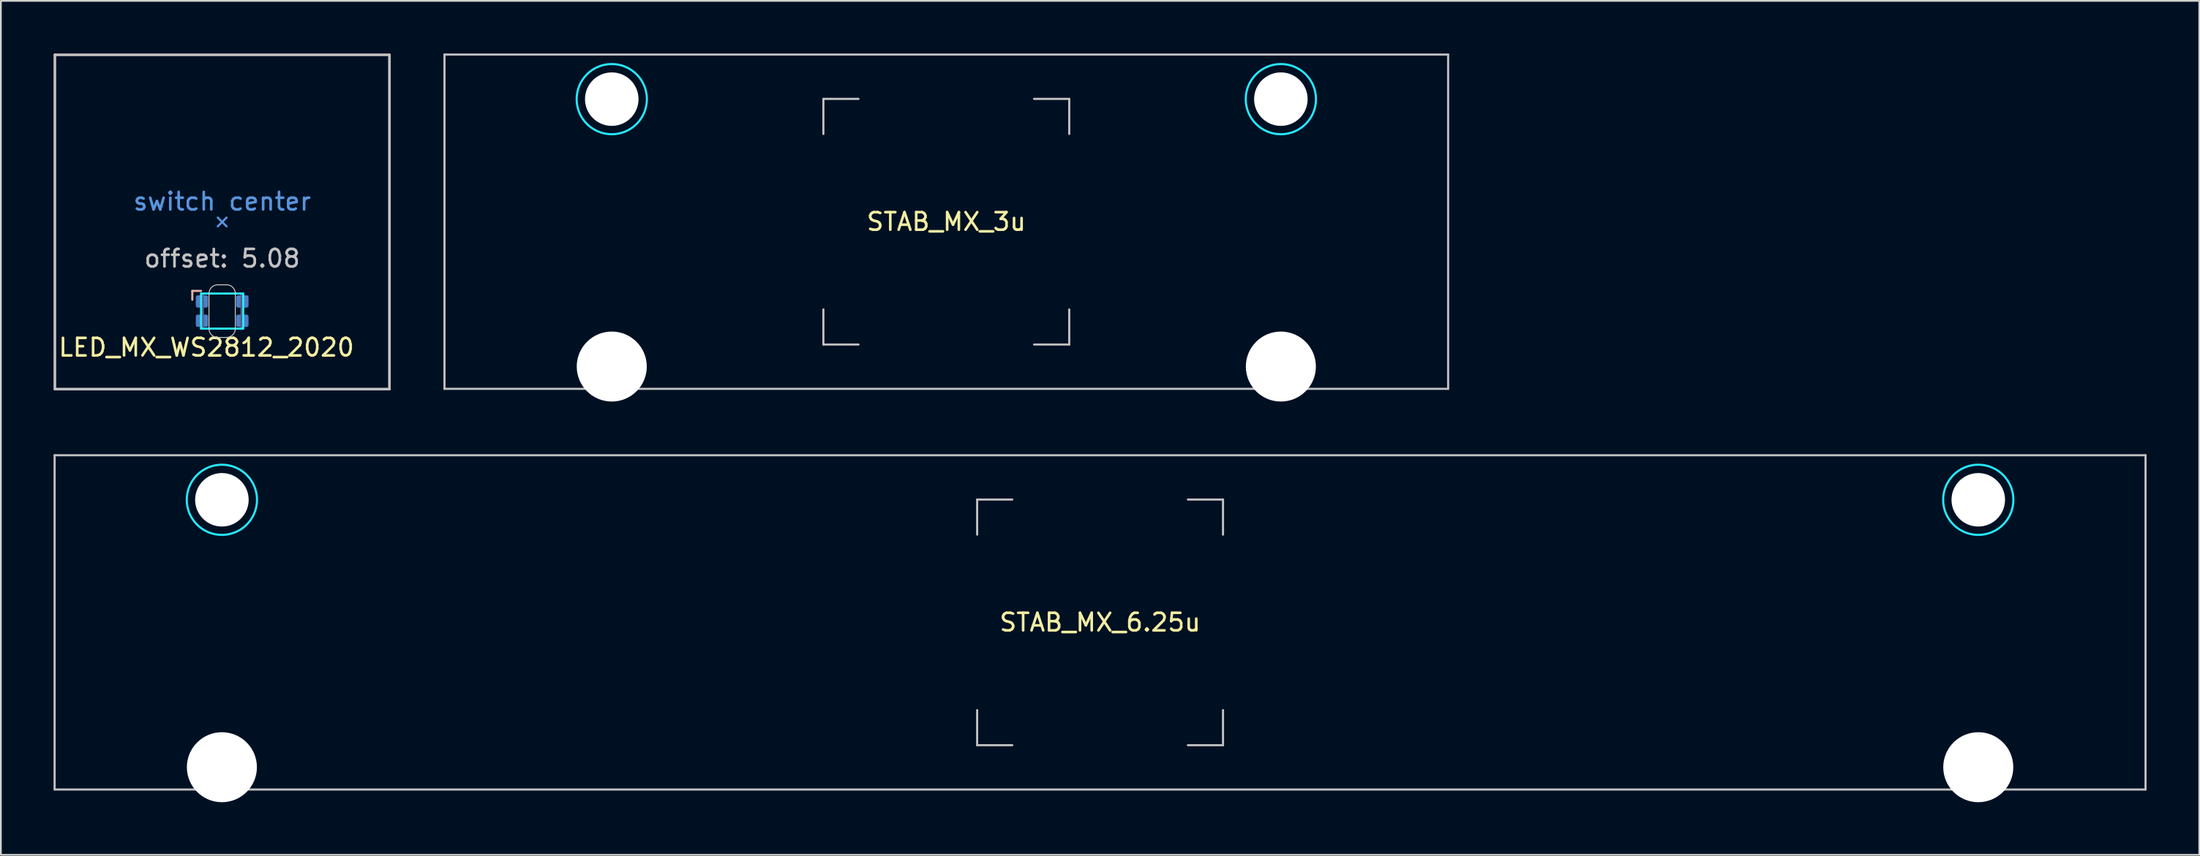
<source format=kicad_pcb>
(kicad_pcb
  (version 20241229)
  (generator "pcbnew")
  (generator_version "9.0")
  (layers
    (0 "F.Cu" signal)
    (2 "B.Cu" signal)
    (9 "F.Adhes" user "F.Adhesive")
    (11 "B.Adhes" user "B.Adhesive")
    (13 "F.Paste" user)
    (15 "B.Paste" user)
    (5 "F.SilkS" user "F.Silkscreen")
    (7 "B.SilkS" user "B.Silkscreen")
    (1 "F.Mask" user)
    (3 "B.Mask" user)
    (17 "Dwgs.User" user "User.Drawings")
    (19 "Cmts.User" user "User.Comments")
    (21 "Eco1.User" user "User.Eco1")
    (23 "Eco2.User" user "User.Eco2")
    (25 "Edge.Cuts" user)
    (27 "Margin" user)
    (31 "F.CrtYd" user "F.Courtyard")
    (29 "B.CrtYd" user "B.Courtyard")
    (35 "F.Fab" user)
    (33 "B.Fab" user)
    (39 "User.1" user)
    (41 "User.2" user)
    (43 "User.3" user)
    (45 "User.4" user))
  (footprint "STAB_MX_6.25u"
    (layer "F.Cu")
    (at 59.591 32.419)
    (property "Reference" "STAB_MX_6.25u" (at 0 0 0) (layer "F.SilkS") (effects (font (size 1 1) (thickness 0.15))))
    (attr through_hole exclude_from_pos_files exclude_from_bom)
    (fp_line (start -59.531 -9.525) (end -59.531 9.525) (stroke (width 0.12) (type solid)) (layer "Dwgs.User"))
    (fp_line (start -59.531 -9.525) (end 59.531 -9.525) (stroke (width 0.12) (type solid)) (layer "Dwgs.User"))
    (fp_line (start -59.531 9.525) (end 59.531 9.525) (stroke (width 0.12) (type solid)) (layer "Dwgs.User"))
    (fp_line (start -7 -7) (end -5 -7) (stroke (width 0.12) (type solid)) (layer "Dwgs.User"))
    (fp_line (start -7 -5) (end -7 -7) (stroke (width 0.12) (type solid)) (layer "Dwgs.User"))
    (fp_line (start -7 7) (end -7 5) (stroke (width 0.12) (type solid)) (layer "Dwgs.User"))
    (fp_line (start -5 7) (end -7 7) (stroke (width 0.12) (type solid)) (layer "Dwgs.User"))
    (fp_line (start 5 -7) (end 7 -7) (stroke (width 0.12) (type solid)) (layer "Dwgs.User"))
    (fp_line (start 5 7) (end 7 7) (stroke (width 0.12) (type solid)) (layer "Dwgs.User"))
    (fp_line (start 7 -7) (end 7 -5) (stroke (width 0.12) (type solid)) (layer "Dwgs.User"))
    (fp_line (start 7 7) (end 7 5) (stroke (width 0.12) (type solid)) (layer "Dwgs.User"))
    (fp_line (start 59.531 -9.525) (end 59.531 9.525) (stroke (width 0.12) (type solid)) (layer "Dwgs.User"))
    (fp_line (start -53.381 -5.5) (end -53.381 7.5) (stroke (width 0.05) (type solid)) (layer "Eco2.User"))
    (fp_line (start -52.881 -6) (end -47.131 -6) (stroke (width 0.05) (type solid)) (layer "Eco2.User"))
    (fp_line (start -52.881 8) (end -47.131 8) (stroke (width 0.05) (type solid)) (layer "Eco2.User"))
    (fp_line (start -46.631 -5.5) (end -46.631 7.5) (stroke (width 0.05) (type solid)) (layer "Eco2.User"))
    (fp_line (start 46.631 -5.5) (end 46.631 7.5) (stroke (width 0.05) (type solid)) (layer "Eco2.User"))
    (fp_line (start 47.131 -6) (end 52.88 -6) (stroke (width 0.05) (type solid)) (layer "Eco2.User"))
    (fp_line (start 47.131 8) (end 52.881 8) (stroke (width 0.05) (type solid)) (layer "Eco2.User"))
    (fp_line (start 53.38 -5.5) (end 53.381 7.5) (stroke (width 0.05) (type solid)) (layer "Eco2.User"))
    (fp_arc (start -53.38125 -5.499999) (mid -53.234803 -5.853552) (end -52.88125 -5.999999) (stroke (width 0.05) (type solid)) (layer "Eco2.User"))
    (fp_arc (start -52.88125 8.000001) (mid -53.234803 7.853554) (end -53.38125 7.500001) (stroke (width 0.05) (type solid)) (layer "Eco2.User"))
    (fp_arc (start -47.13125 -5.999999) (mid -46.777697 -5.853552) (end -46.63125 -5.499999) (stroke (width 0.05) (type solid)) (layer "Eco2.User"))
    (fp_arc (start -46.63125 7.500001) (mid -46.777697 7.853554) (end -47.13125 8.000001) (stroke (width 0.05) (type solid)) (layer "Eco2.User"))
    (fp_arc (start 46.63125 -5.499999) (mid 46.777697 -5.853552) (end 47.13125 -5.999999) (stroke (width 0.05) (type solid)) (layer "Eco2.User"))
    (fp_arc (start 47.13125 8.000001) (mid 46.777697 7.853554) (end 46.63125 7.500001) (stroke (width 0.05) (type solid)) (layer "Eco2.User"))
    (fp_arc (start 52.880039 -5.999999) (mid 53.233592 -5.853552) (end 53.380039 -5.499999) (stroke (width 0.05) (type solid)) (layer "Eco2.User"))
    (fp_arc (start 53.38125 7.500001) (mid 53.234803 7.853554) (end 52.88125 8.000001) (stroke (width 0.05) (type solid)) (layer "Eco2.User"))
    (fp_circle (center -50.006 -6.985) (end -48.006 -6.985) (stroke (width 0.12) (type solid)) (fill no) (layer "B.CrtYd"))
    (fp_circle (center 50.006 -6.985) (end 52.006 -6.985) (stroke (width 0.12) (type solid)) (fill no) (layer "B.CrtYd"))
    (pad "" np_thru_hole circle (at -50.006 -6.985) (size 3.048 3.048) (drill 3.048) (layers "*.Cu" "*.Mask"))
    (pad "" np_thru_hole circle (at -50.006 8.255) (size 3.988 3.988) (drill 3.988) (layers "*.Cu" "*.Mask"))
    (pad "" np_thru_hole circle (at 50.006 -6.985) (size 3.048 3.048) (drill 3.048) (layers "*.Cu" "*.Mask"))
    (pad "" np_thru_hole circle (at 50.006 8.255) (size 3.988 3.988) (drill 3.988) (layers "*.Cu" "*.Mask")))
  (footprint "LED_MX_WS2812_2020"
    (layer "F.Cu")
    (at 9.6 14.68)
    (property "Reference" "LED_MX_WS2812_2020" (at -9.4 2.07 0) (layer "F.SilkS") (effects (font (size 1 1) (thickness 0.15)) (justify left)))
    (attr smd)
    (fp_line (start -1.7 -1.15) (end -1.2 -1.15) (stroke (width 0.12) (type solid)) (layer "B.SilkS"))
    (fp_line (start -1.7 -0.65) (end -1.7 -1.15) (stroke (width 0.12) (type solid)) (layer "B.SilkS"))
    (fp_line (start -9.525 -14.605) (end 9.525 -14.605) (stroke (width 0.15) (type solid)) (layer "Dwgs.User"))
    (fp_line (start -9.525 4.445) (end -9.525 -14.605) (stroke (width 0.15) (type solid)) (layer "Dwgs.User"))
    (fp_line (start 9.525 -14.605) (end 9.525 4.445) (stroke (width 0.15) (type solid)) (layer "Dwgs.User"))
    (fp_line (start 9.525 4.445) (end -9.525 4.445) (stroke (width 0.15) (type solid)) (layer "Dwgs.User"))
    (fp_line (start -0.25 -4.83) (end 0 -5.08) (stroke (width 0.12) (type solid)) (layer "Cmts.User"))
    (fp_line (start 0 -5.08) (end -0.25 -5.33) (stroke (width 0.12) (type solid)) (layer "Cmts.User"))
    (fp_line (start 0 -5.08) (end 0.25 -5.33) (stroke (width 0.12) (type solid)) (layer "Cmts.User"))
    (fp_line (start 0.25 -4.83) (end 0 -5.08) (stroke (width 0.12) (type solid)) (layer "Cmts.User"))
    (fp_line (start -0.75 -1) (end -0.75 1) (stroke (width 0.05) (type solid)) (layer "Edge.Cuts"))
    (fp_line (start -0.25 -1.5) (end 0.25 -1.5) (stroke (width 0.05) (type solid)) (layer "Edge.Cuts"))
    (fp_line (start 0.25 1.5) (end -0.25 1.5) (stroke (width 0.05) (type solid)) (layer "Edge.Cuts"))
    (fp_line (start 0.75 1) (end 0.75 -1) (stroke (width 0.05) (type solid)) (layer "Edge.Cuts"))
    (fp_arc (start -0.75 -1) (mid -0.603554 -1.353553) (end -0.250001 -1.499999) (stroke (width 0.05) (type solid)) (layer "Edge.Cuts"))
    (fp_arc (start -0.250001 1.500001) (mid -0.603554 1.353554) (end -0.75 1) (stroke (width 0.05) (type solid)) (layer "Edge.Cuts"))
    (fp_arc (start 0.250001 -1.500001) (mid 0.603554 -1.353554) (end 0.75 -1) (stroke (width 0.05) (type solid)) (layer "Edge.Cuts"))
    (fp_arc (start 0.75 1) (mid 0.603554 1.353553) (end 0.250001 1.499999) (stroke (width 0.05) (type solid)) (layer "Edge.Cuts"))
    (fp_line (start -1.2 -1) (end 1.2 -1) (stroke (width 0.12) (type solid)) (layer "B.CrtYd"))
    (fp_line (start -1.2 1) (end -1.2 -1) (stroke (width 0.12) (type solid)) (layer "B.CrtYd"))
    (fp_line (start 1.2 -1) (end 1.2 1) (stroke (width 0.12) (type solid)) (layer "B.CrtYd"))
    (fp_line (start 1.2 1) (end -1.2 1) (stroke (width 0.12) (type solid)) (layer "B.CrtYd"))
    (fp_line (start -1.1 -1) (end 1.1 -1) (stroke (width 0.12) (type solid)) (layer "B.Fab"))
    (fp_line (start -1.1 1) (end -1.1 -1) (stroke (width 0.12) (type solid)) (layer "B.Fab"))
    (fp_line (start 1.1 -1) (end 1.1 1) (stroke (width 0.12) (type solid)) (layer "B.Fab"))
    (fp_line (start 1.1 1) (end -1.1 1) (stroke (width 0.12) (type solid)) (layer "B.Fab"))
    (fp_text user "offset: 5.08" (at 0 -3 0) (layer "Dwgs.User") (effects (font (size 1 1) (thickness 0.15))))
    (fp_text user "switch center" (at 0 -6.25 0) (layer "Cmts.User") (effects (font (size 1 1) (thickness 0.15))))
    (pad "1" smd roundrect (at -1.15 -0.55) (size 0.7 0.7) (layers "B.Cu" "B.Mask" "B.Paste") (roundrect_rratio 0.15))
    (pad "2" smd roundrect (at -1.15 0.55) (size 0.7 0.7) (layers "B.Cu" "B.Mask" "B.Paste") (roundrect_rratio 0.15))
    (pad "3" smd roundrect (at 1.15 0.55) (size 0.7 0.7) (layers "B.Cu" "B.Mask" "B.Paste") (roundrect_rratio 0.15))
    (pad "4" smd roundrect (at 1.15 -0.55) (size 0.7 0.7) (layers "B.Cu" "B.Mask" "B.Paste") (roundrect_rratio 0.15)))
  (footprint "STAB_MX_3u"
    (layer "F.Cu")
    (at 50.835 9.585)
    (property "Reference" "STAB_MX_3u" (at 0 0 0) (layer "F.SilkS") (effects (font (size 1 1) (thickness 0.15))))
    (attr through_hole exclude_from_pos_files exclude_from_bom)
    (fp_line (start -28.575 -9.525) (end -28.575 9.525) (stroke (width 0.12) (type solid)) (layer "Dwgs.User"))
    (fp_line (start -28.575 -9.525) (end 28.575 -9.525) (stroke (width 0.12) (type solid)) (layer "Dwgs.User"))
    (fp_line (start -28.575 9.525) (end 28.575 9.525) (stroke (width 0.12) (type solid)) (layer "Dwgs.User"))
    (fp_line (start -7 -7) (end -5 -7) (stroke (width 0.12) (type solid)) (layer "Dwgs.User"))
    (fp_line (start -7 -5) (end -7 -7) (stroke (width 0.12) (type solid)) (layer "Dwgs.User"))
    (fp_line (start -7 7) (end -7 5) (stroke (width 0.12) (type solid)) (layer "Dwgs.User"))
    (fp_line (start -5 7) (end -7 7) (stroke (width 0.12) (type solid)) (layer "Dwgs.User"))
    (fp_line (start 5 -7) (end 7 -7) (stroke (width 0.12) (type solid)) (layer "Dwgs.User"))
    (fp_line (start 5 7) (end 7 7) (stroke (width 0.12) (type solid)) (layer "Dwgs.User"))
    (fp_line (start 7 -7) (end 7 -5) (stroke (width 0.12) (type solid)) (layer "Dwgs.User"))
    (fp_line (start 7 7) (end 7 5) (stroke (width 0.12) (type solid)) (layer "Dwgs.User"))
    (fp_line (start 28.575 -9.525) (end 28.575 9.525) (stroke (width 0.12) (type solid)) (layer "Dwgs.User"))
    (fp_line (start -22.425 -5.5) (end -22.425 7.5) (stroke (width 0.05) (type solid)) (layer "Eco2.User"))
    (fp_line (start -21.925 -6) (end -16.175 -6) (stroke (width 0.05) (type solid)) (layer "Eco2.User"))
    (fp_line (start -21.925 8) (end -16.175 8) (stroke (width 0.05) (type solid)) (layer "Eco2.User"))
    (fp_line (start -15.675 -5.5) (end -15.675 7.5) (stroke (width 0.05) (type solid)) (layer "Eco2.User"))
    (fp_line (start 15.675 -5.5) (end 15.675 7.5) (stroke (width 0.05) (type solid)) (layer "Eco2.User"))
    (fp_line (start 16.175 -6) (end 21.924 -6) (stroke (width 0.05) (type solid)) (layer "Eco2.User"))
    (fp_line (start 16.175 8) (end 21.925 8) (stroke (width 0.05) (type solid)) (layer "Eco2.User"))
    (fp_line (start 22.424 -5.5) (end 22.425 7.5) (stroke (width 0.05) (type solid)) (layer "Eco2.User"))
    (fp_arc (start -22.425 -5.499999) (mid -22.278553 -5.853552) (end -21.925 -5.999999) (stroke (width 0.05) (type solid)) (layer "Eco2.User"))
    (fp_arc (start -21.925 8.000001) (mid -22.278553 7.853554) (end -22.425 7.500001) (stroke (width 0.05) (type solid)) (layer "Eco2.User"))
    (fp_arc (start -16.175 -5.999999) (mid -15.821447 -5.853552) (end -15.675 -5.499999) (stroke (width 0.05) (type solid)) (layer "Eco2.User"))
    (fp_arc (start -15.675 7.500001) (mid -15.821447 7.853554) (end -16.175 8.000001) (stroke (width 0.05) (type solid)) (layer "Eco2.User"))
    (fp_arc (start 15.675 -5.499999) (mid 15.821447 -5.853552) (end 16.175 -5.999999) (stroke (width 0.05) (type solid)) (layer "Eco2.User"))
    (fp_arc (start 16.175 8.000001) (mid 15.821447 7.853554) (end 15.675 7.500001) (stroke (width 0.05) (type solid)) (layer "Eco2.User"))
    (fp_arc (start 21.923789 -5.999999) (mid 22.277342 -5.853552) (end 22.423789 -5.499999) (stroke (width 0.05) (type solid)) (layer "Eco2.User"))
    (fp_arc (start 22.425 7.500001) (mid 22.278553 7.853554) (end 21.925 8.000001) (stroke (width 0.05) (type solid)) (layer "Eco2.User"))
    (fp_circle (center -19.05 -6.985) (end -17.05 -6.985) (stroke (width 0.12) (type solid)) (fill no) (layer "B.CrtYd"))
    (fp_circle (center 19.05 -6.985) (end 21.05 -6.985) (stroke (width 0.12) (type solid)) (fill no) (layer "B.CrtYd"))
    (pad "" np_thru_hole circle (at -19.05 -6.985) (size 3.048 3.048) (drill 3.048) (layers "*.Cu" "*.Mask"))
    (pad "" np_thru_hole circle (at -19.05 8.255) (size 3.988 3.988) (drill 3.988) (layers "*.Cu" "*.Mask"))
    (pad "" np_thru_hole circle (at 19.05 -6.985) (size 3.048 3.048) (drill 3.048) (layers "*.Cu" "*.Mask"))
    (pad "" np_thru_hole circle (at 19.05 8.255) (size 3.988 3.988) (drill 3.988) (layers "*.Cu" "*.Mask")))
  (gr_rect
    (start -3 -3)
    (end 122.183 45.668)
    (stroke (width 0.1) (type default))
    (fill no)
    (layer "Edge.Cuts")))
</source>
